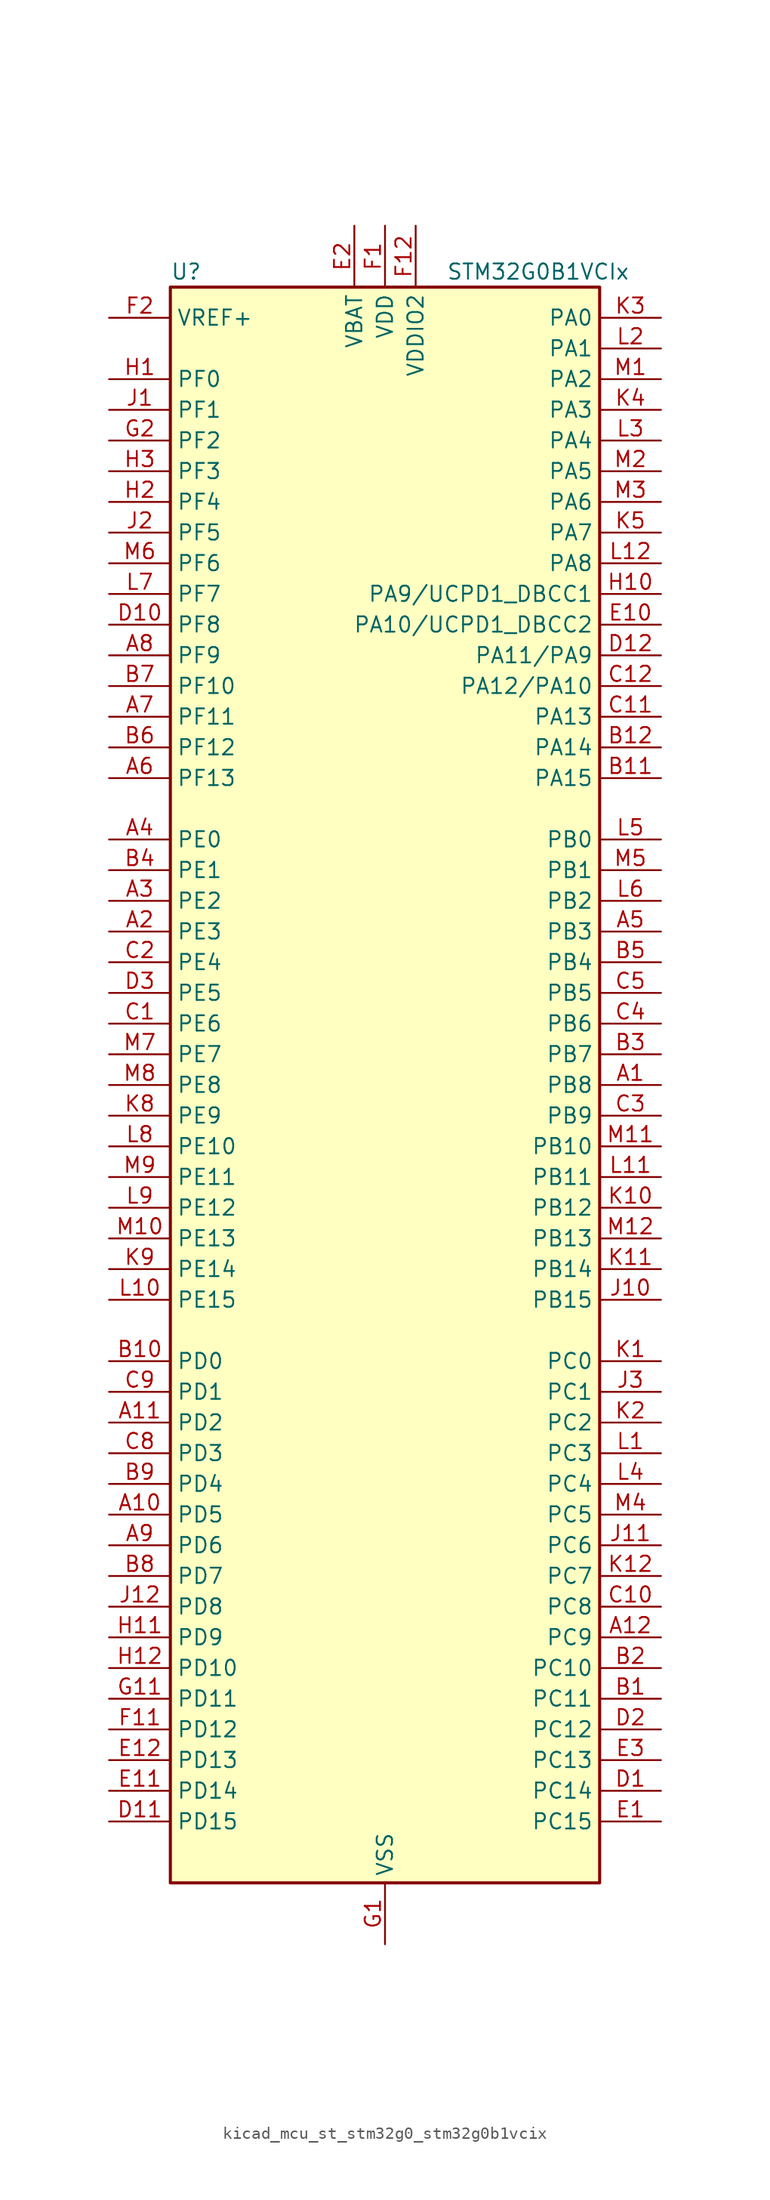
<source format=kicad_sym>
(kicad_symbol_lib
  (version 20220914)
  (generator kicad_symbol_editor)
  (symbol "kicad_mcu_st_stm32g0_stm32g0b1vcix"
    (property "Reference" "U"
      (at -17.78 67.31 0)
      (effects (font (size 1.27 1.27)) (justify left)))
    (property "Value" "STM32G0B1VCIx"
      (at 5.08 67.31 0)
      (effects (font (size 1.27 1.27)) (justify left)))
    (property "ki_locked" ""
      (at 0 0 0)
      (effects (font (size 1.27 1.27))))
    (symbol "kicad_mcu_st_stm32g0_stm32g0b1vcix_0_1"
      (rectangle (start -17.78 -66.04) (end 17.78 66.04) (stroke (width 0.254) (type default)) (fill (type background))))
    (symbol "kicad_mcu_st_stm32g0_stm32g0b1vcix_1_1"
      (pin bidirectional line (at 22.86 0 180) (length 5.08) (name "PB8" (effects (font (size 1.27 1.27)))) (number "A1" (effects (font (size 1.27 1.27)))) (alternate "CEC" bidirectional line) (alternate "FDCAN1_RX" bidirectional line) (alternate "I2C1_SCL" bidirectional line) (alternate "I2S2_CK" bidirectional line) (alternate "SPI2_SCK" bidirectional line) (alternate "TIM15_BK" bidirectional line) (alternate "TIM16_CH1" bidirectional line) (alternate "TIM4_CH3" bidirectional line) (alternate "USART3_TX" bidirectional line) (alternate "USART6_TX" bidirectional line))
      (pin bidirectional line (at -22.86 -35.56 0) (length 5.08) (name "PD5" (effects (font (size 1.27 1.27)))) (number "A10" (effects (font (size 1.27 1.27)))) (alternate "I2S1_MCK" bidirectional line) (alternate "SPI1_MISO" bidirectional line) (alternate "TIM1_BK" bidirectional line) (alternate "USART2_TX" bidirectional line) (alternate "USART5_CTS" bidirectional line) (alternate "USART5_NSS" bidirectional line))
      (pin bidirectional line (at -22.86 -27.94 0) (length 5.08) (name "PD2" (effects (font (size 1.27 1.27)))) (number "A11" (effects (font (size 1.27 1.27)))) (alternate "TIM1_CH1N" bidirectional line) (alternate "TIM3_ETR" bidirectional line) (alternate "UCPD2_CC2" bidirectional line) (alternate "USART3_CK" bidirectional line) (alternate "USART3_DE" bidirectional line) (alternate "USART3_RTS" bidirectional line) (alternate "USART5_RX" bidirectional line))
      (pin bidirectional line (at 22.86 -45.72 180) (length 5.08) (name "PC9" (effects (font (size 1.27 1.27)))) (number "A12" (effects (font (size 1.27 1.27)))) (alternate "DAC1_EXTI9" bidirectional line) (alternate "I2S_CKIN" bidirectional line) (alternate "LPUART2_DE" bidirectional line) (alternate "LPUART2_RTS" bidirectional line) (alternate "TIM1_CH2" bidirectional line) (alternate "TIM3_CH4" bidirectional line) (alternate "USB_NOE" bidirectional line))
      (pin bidirectional line (at -22.86 12.7 0) (length 5.08) (name "PE3" (effects (font (size 1.27 1.27)))) (number "A2" (effects (font (size 1.27 1.27)))) (alternate "TIM3_CH1" bidirectional line))
      (pin bidirectional line (at -22.86 15.24 0) (length 5.08) (name "PE2" (effects (font (size 1.27 1.27)))) (number "A3" (effects (font (size 1.27 1.27)))) (alternate "TIM3_ETR" bidirectional line))
      (pin bidirectional line (at -22.86 20.32 0) (length 5.08) (name "PE0" (effects (font (size 1.27 1.27)))) (number "A4" (effects (font (size 1.27 1.27)))) (alternate "TIM16_CH1" bidirectional line) (alternate "TIM4_ETR" bidirectional line))
      (pin bidirectional line (at 22.86 12.7 180) (length 5.08) (name "PB3" (effects (font (size 1.27 1.27)))) (number "A5" (effects (font (size 1.27 1.27)))) (alternate "COMP2_INM" bidirectional line) (alternate "I2C2_SCL" bidirectional line) (alternate "I2C3_SCL" bidirectional line) (alternate "I2S1_CK" bidirectional line) (alternate "SPI1_SCK" bidirectional line) (alternate "SPI3_SCK" bidirectional line) (alternate "TIM1_CH2" bidirectional line) (alternate "TIM2_CH2" bidirectional line) (alternate "USART1_CK" bidirectional line) (alternate "USART1_DE" bidirectional line) (alternate "USART1_RTS" bidirectional line) (alternate "USART5_TX" bidirectional line))
      (pin bidirectional line (at -22.86 25.4 0) (length 5.08) (name "PF13" (effects (font (size 1.27 1.27)))) (number "A6" (effects (font (size 1.27 1.27)))) (alternate "TIM15_CH2" bidirectional line))
      (pin bidirectional line (at -22.86 30.48 0) (length 5.08) (name "PF11" (effects (font (size 1.27 1.27)))) (number "A7" (effects (font (size 1.27 1.27)))) (alternate "ADC1_EXTI11" bidirectional line) (alternate "USART6_CK" bidirectional line) (alternate "USART6_DE" bidirectional line) (alternate "USART6_RTS" bidirectional line))
      (pin bidirectional line (at -22.86 35.56 0) (length 5.08) (name "PF9" (effects (font (size 1.27 1.27)))) (number "A8" (effects (font (size 1.27 1.27)))) (alternate "DAC1_EXTI9" bidirectional line) (alternate "USART6_TX" bidirectional line))
      (pin bidirectional line (at -22.86 -38.1 0) (length 5.08) (name "PD6" (effects (font (size 1.27 1.27)))) (number "A9" (effects (font (size 1.27 1.27)))) (alternate "I2S1_SD" bidirectional line) (alternate "LPTIM2_OUT" bidirectional line) (alternate "SPI1_MOSI" bidirectional line) (alternate "USART2_RX" bidirectional line))
      (pin bidirectional line (at 22.86 -50.8 180) (length 5.08) (name "PC11" (effects (font (size 1.27 1.27)))) (number "B1" (effects (font (size 1.27 1.27)))) (alternate "ADC1_EXTI11" bidirectional line) (alternate "SPI3_MISO" bidirectional line) (alternate "TIM1_CH4" bidirectional line) (alternate "USART3_RX" bidirectional line) (alternate "USART4_RX" bidirectional line))
      (pin bidirectional line (at -22.86 -22.86 0) (length 5.08) (name "PD0" (effects (font (size 1.27 1.27)))) (number "B10" (effects (font (size 1.27 1.27)))) (alternate "FDCAN1_RX" bidirectional line) (alternate "I2S2_WS" bidirectional line) (alternate "SPI2_NSS" bidirectional line) (alternate "TIM16_CH1" bidirectional line) (alternate "UCPD2_CC1" bidirectional line))
      (pin bidirectional line (at 22.86 25.4 180) (length 5.08) (name "PA15" (effects (font (size 1.27 1.27)))) (number "B11" (effects (font (size 1.27 1.27)))) (alternate "I2C2_SMBA" bidirectional line) (alternate "I2S1_WS" bidirectional line) (alternate "RCC_MCO_2" bidirectional line) (alternate "SPI1_NSS" bidirectional line) (alternate "SPI3_NSS" bidirectional line) (alternate "TIM2_CH1" bidirectional line) (alternate "TIM2_ETR" bidirectional line) (alternate "USART2_RX" bidirectional line) (alternate "USART3_CK" bidirectional line) (alternate "USART3_DE" bidirectional line) (alternate "USART3_RTS" bidirectional line) (alternate "USART4_CK" bidirectional line) (alternate "USART4_DE" bidirectional line) (alternate "USART4_RTS" bidirectional line) (alternate "USB_NOE" bidirectional line))
      (pin bidirectional line (at 22.86 27.94 180) (length 5.08) (name "PA14" (effects (font (size 1.27 1.27)))) (number "B12" (effects (font (size 1.27 1.27)))) (alternate "LPUART2_TX" bidirectional line) (alternate "SYS_SWCLK" bidirectional line) (alternate "USART2_TX" bidirectional line))
      (pin bidirectional line (at 22.86 -48.26 180) (length 5.08) (name "PC10" (effects (font (size 1.27 1.27)))) (number "B2" (effects (font (size 1.27 1.27)))) (alternate "SPI3_SCK" bidirectional line) (alternate "TIM1_CH3" bidirectional line) (alternate "USART3_TX" bidirectional line) (alternate "USART4_TX" bidirectional line))
      (pin bidirectional line (at 22.86 2.54 180) (length 5.08) (name "PB7" (effects (font (size 1.27 1.27)))) (number "B3" (effects (font (size 1.27 1.27)))) (alternate "COMP2_INM" bidirectional line) (alternate "I2C1_SDA" bidirectional line) (alternate "I2S2_SD" bidirectional line) (alternate "LPTIM1_IN2" bidirectional line) (alternate "LPUART2_RX" bidirectional line) (alternate "SPI2_MOSI" bidirectional line) (alternate "SYS_PVD_IN" bidirectional line) (alternate "TIM17_CH1N" bidirectional line) (alternate "TIM4_CH2" bidirectional line) (alternate "USART1_RX" bidirectional line) (alternate "USART4_CTS" bidirectional line) (alternate "USART4_NSS" bidirectional line))
      (pin bidirectional line (at -22.86 17.78 0) (length 5.08) (name "PE1" (effects (font (size 1.27 1.27)))) (number "B4" (effects (font (size 1.27 1.27)))) (alternate "TIM17_CH1" bidirectional line))
      (pin bidirectional line (at 22.86 10.16 180) (length 5.08) (name "PB4" (effects (font (size 1.27 1.27)))) (number "B5" (effects (font (size 1.27 1.27)))) (alternate "COMP2_INP" bidirectional line) (alternate "I2C2_SDA" bidirectional line) (alternate "I2C3_SDA" bidirectional line) (alternate "I2S1_MCK" bidirectional line) (alternate "SPI1_MISO" bidirectional line) (alternate "SPI3_MISO" bidirectional line) (alternate "TIM17_BK" bidirectional line) (alternate "TIM3_CH1" bidirectional line) (alternate "USART1_CTS" bidirectional line) (alternate "USART1_NSS" bidirectional line) (alternate "USART5_RX" bidirectional line))
      (pin bidirectional line (at -22.86 27.94 0) (length 5.08) (name "PF12" (effects (font (size 1.27 1.27)))) (number "B6" (effects (font (size 1.27 1.27)))) (alternate "TIM15_CH1" bidirectional line) (alternate "USART6_CTS" bidirectional line) (alternate "USART6_NSS" bidirectional line))
      (pin bidirectional line (at -22.86 33.02 0) (length 5.08) (name "PF10" (effects (font (size 1.27 1.27)))) (number "B7" (effects (font (size 1.27 1.27)))) (alternate "USART6_RX" bidirectional line))
      (pin bidirectional line (at -22.86 -40.64 0) (length 5.08) (name "PD7" (effects (font (size 1.27 1.27)))) (number "B8" (effects (font (size 1.27 1.27)))) (alternate "RCC_MCO_2" bidirectional line))
      (pin bidirectional line (at -22.86 -33.02 0) (length 5.08) (name "PD4" (effects (font (size 1.27 1.27)))) (number "B9" (effects (font (size 1.27 1.27)))) (alternate "I2S2_SD" bidirectional line) (alternate "SPI2_MOSI" bidirectional line) (alternate "TIM1_CH3N" bidirectional line) (alternate "USART2_CK" bidirectional line) (alternate "USART2_DE" bidirectional line) (alternate "USART2_RTS" bidirectional line) (alternate "USART5_CK" bidirectional line) (alternate "USART5_DE" bidirectional line) (alternate "USART5_RTS" bidirectional line))
      (pin bidirectional line (at -22.86 5.08 0) (length 5.08) (name "PE6" (effects (font (size 1.27 1.27)))) (number "C1" (effects (font (size 1.27 1.27)))) (alternate "RTC_TAMP_IN3" bidirectional line) (alternate "SYS_WKUP3" bidirectional line) (alternate "TIM3_CH4" bidirectional line))
      (pin bidirectional line (at 22.86 -43.18 180) (length 5.08) (name "PC8" (effects (font (size 1.27 1.27)))) (number "C10" (effects (font (size 1.27 1.27)))) (alternate "LPUART2_CTS" bidirectional line) (alternate "TIM1_CH1" bidirectional line) (alternate "TIM3_CH3" bidirectional line) (alternate "UCPD2_FRSTX1" bidirectional line) (alternate "UCPD2_FRSTX2" bidirectional line))
      (pin bidirectional line (at 22.86 30.48 180) (length 5.08) (name "PA13" (effects (font (size 1.27 1.27)))) (number "C11" (effects (font (size 1.27 1.27)))) (alternate "IR_OUT" bidirectional line) (alternate "LPUART2_RX" bidirectional line) (alternate "SYS_SWDIO" bidirectional line) (alternate "USB_NOE" bidirectional line))
      (pin bidirectional line (at 22.86 33.02 180) (length 5.08) (name "PA12/PA10" (effects (font (size 1.27 1.27)))) (number "C12" (effects (font (size 1.27 1.27)))) (alternate "COMP2_OUT" bidirectional line) (alternate "FDCAN1_TX" bidirectional line) (alternate "I2C2_SDA" bidirectional line) (alternate "I2S1_SD" bidirectional line) (alternate "I2S_CKIN" bidirectional line) (alternate "SPI1_MOSI" bidirectional line) (alternate "TIM1_ETR" bidirectional line) (alternate "USART1_CK" bidirectional line) (alternate "USART1_DE" bidirectional line) (alternate "USART1_RTS" bidirectional line) (alternate "USB_DP" bidirectional line))
      (pin bidirectional line (at -22.86 10.16 0) (length 5.08) (name "PE4" (effects (font (size 1.27 1.27)))) (number "C2" (effects (font (size 1.27 1.27)))) (alternate "TIM3_CH2" bidirectional line))
      (pin bidirectional line (at 22.86 -2.54 180) (length 5.08) (name "PB9" (effects (font (size 1.27 1.27)))) (number "C3" (effects (font (size 1.27 1.27)))) (alternate "DAC1_EXTI9" bidirectional line) (alternate "FDCAN1_TX" bidirectional line) (alternate "I2C1_SDA" bidirectional line) (alternate "I2S2_WS" bidirectional line) (alternate "IR_OUT" bidirectional line) (alternate "SPI2_NSS" bidirectional line) (alternate "TIM17_CH1" bidirectional line) (alternate "TIM4_CH4" bidirectional line) (alternate "UCPD2_FRSTX1" bidirectional line) (alternate "UCPD2_FRSTX2" bidirectional line) (alternate "USART3_RX" bidirectional line) (alternate "USART6_RX" bidirectional line))
      (pin bidirectional line (at 22.86 5.08 180) (length 5.08) (name "PB6" (effects (font (size 1.27 1.27)))) (number "C4" (effects (font (size 1.27 1.27)))) (alternate "COMP2_INP" bidirectional line) (alternate "FDCAN2_TX" bidirectional line) (alternate "I2C1_SCL" bidirectional line) (alternate "I2S2_MCK" bidirectional line) (alternate "LPTIM1_ETR" bidirectional line) (alternate "LPUART2_TX" bidirectional line) (alternate "SPI2_MISO" bidirectional line) (alternate "TIM16_CH1N" bidirectional line) (alternate "TIM1_CH3" bidirectional line) (alternate "TIM4_CH1" bidirectional line) (alternate "USART1_TX" bidirectional line) (alternate "USART5_CTS" bidirectional line) (alternate "USART5_NSS" bidirectional line))
      (pin bidirectional line (at 22.86 7.62 180) (length 5.08) (name "PB5" (effects (font (size 1.27 1.27)))) (number "C5" (effects (font (size 1.27 1.27)))) (alternate "COMP2_OUT" bidirectional line) (alternate "FDCAN2_RX" bidirectional line) (alternate "I2C1_SMBA" bidirectional line) (alternate "I2S1_SD" bidirectional line) (alternate "LPTIM1_IN1" bidirectional line) (alternate "SPI1_MOSI" bidirectional line) (alternate "SPI3_MOSI" bidirectional line) (alternate "SYS_WKUP6" bidirectional line) (alternate "TIM16_BK" bidirectional line) (alternate "TIM3_CH2" bidirectional line) (alternate "USART5_CK" bidirectional line) (alternate "USART5_DE" bidirectional line) (alternate "USART5_RTS" bidirectional line))
      (pin bidirectional line (at -22.86 -30.48 0) (length 5.08) (name "PD3" (effects (font (size 1.27 1.27)))) (number "C8" (effects (font (size 1.27 1.27)))) (alternate "I2S2_MCK" bidirectional line) (alternate "SPI2_MISO" bidirectional line) (alternate "TIM1_CH2N" bidirectional line) (alternate "UCPD2_DBCC2" bidirectional line) (alternate "USART2_CTS" bidirectional line) (alternate "USART2_NSS" bidirectional line) (alternate "USART5_TX" bidirectional line))
      (pin bidirectional line (at -22.86 -25.4 0) (length 5.08) (name "PD1" (effects (font (size 1.27 1.27)))) (number "C9" (effects (font (size 1.27 1.27)))) (alternate "FDCAN1_TX" bidirectional line) (alternate "I2S2_CK" bidirectional line) (alternate "SPI2_SCK" bidirectional line) (alternate "TIM17_CH1" bidirectional line) (alternate "UCPD2_DBCC1" bidirectional line))
      (pin bidirectional line (at 22.86 -58.42 180) (length 5.08) (name "PC14" (effects (font (size 1.27 1.27)))) (number "D1" (effects (font (size 1.27 1.27)))) (alternate "RCC_OSC32_IN" bidirectional line) (alternate "TIM1_BK2" bidirectional line))
      (pin bidirectional line (at -22.86 38.1 0) (length 5.08) (name "PF8" (effects (font (size 1.27 1.27)))) (number "D10" (effects (font (size 1.27 1.27)))))
      (pin bidirectional line (at -22.86 -60.96 0) (length 5.08) (name "PD15" (effects (font (size 1.27 1.27)))) (number "D11" (effects (font (size 1.27 1.27)))) (alternate "CRS1_SYNC" bidirectional line) (alternate "FDCAN2_TX" bidirectional line) (alternate "LPUART2_DE" bidirectional line) (alternate "LPUART2_RTS" bidirectional line) (alternate "TIM4_CH4" bidirectional line))
      (pin bidirectional line (at 22.86 35.56 180) (length 5.08) (name "PA11/PA9" (effects (font (size 1.27 1.27)))) (number "D12" (effects (font (size 1.27 1.27)))) (alternate "ADC1_EXTI11" bidirectional line) (alternate "COMP1_OUT" bidirectional line) (alternate "FDCAN1_RX" bidirectional line) (alternate "I2C2_SCL" bidirectional line) (alternate "I2S1_MCK" bidirectional line) (alternate "SPI1_MISO" bidirectional line) (alternate "TIM1_BK2" bidirectional line) (alternate "TIM1_CH4" bidirectional line) (alternate "USART1_CTS" bidirectional line) (alternate "USART1_NSS" bidirectional line) (alternate "USB_DM" bidirectional line))
      (pin bidirectional line (at 22.86 -53.34 180) (length 5.08) (name "PC12" (effects (font (size 1.27 1.27)))) (number "D2" (effects (font (size 1.27 1.27)))) (alternate "LPTIM1_IN1" bidirectional line) (alternate "SPI3_MOSI" bidirectional line) (alternate "TIM14_CH1" bidirectional line) (alternate "UCPD1_FRSTX1" bidirectional line) (alternate "UCPD1_FRSTX2" bidirectional line) (alternate "USART5_TX" bidirectional line))
      (pin bidirectional line (at -22.86 7.62 0) (length 5.08) (name "PE5" (effects (font (size 1.27 1.27)))) (number "D3" (effects (font (size 1.27 1.27)))) (alternate "TIM3_CH3" bidirectional line))
      (pin bidirectional line (at 22.86 -60.96 180) (length 5.08) (name "PC15" (effects (font (size 1.27 1.27)))) (number "E1" (effects (font (size 1.27 1.27)))) (alternate "RCC_OSC32_EN" bidirectional line) (alternate "RCC_OSC32_OUT" bidirectional line) (alternate "RCC_OSC_EN" bidirectional line) (alternate "TIM15_BK" bidirectional line))
      (pin bidirectional line (at 22.86 38.1 180) (length 5.08) (name "PA10/UCPD1_DBCC2" (effects (font (size 1.27 1.27)))) (number "E10" (effects (font (size 1.27 1.27)))) (alternate "I2C1_SDA" bidirectional line) (alternate "I2C2_SDA" bidirectional line) (alternate "I2S2_SD" bidirectional line) (alternate "RCC_MCO_2" bidirectional line) (alternate "SPI2_MOSI" bidirectional line) (alternate "TIM17_BK" bidirectional line) (alternate "TIM1_CH3" bidirectional line) (alternate "UCPD1_DBCC2" bidirectional line) (alternate "USART1_RX" bidirectional line))
      (pin bidirectional line (at -22.86 -58.42 0) (length 5.08) (name "PD14" (effects (font (size 1.27 1.27)))) (number "E11" (effects (font (size 1.27 1.27)))) (alternate "FDCAN2_RX" bidirectional line) (alternate "LPUART2_CTS" bidirectional line) (alternate "TIM4_CH3" bidirectional line))
      (pin bidirectional line (at -22.86 -55.88 0) (length 5.08) (name "PD13" (effects (font (size 1.27 1.27)))) (number "E12" (effects (font (size 1.27 1.27)))) (alternate "FDCAN1_TX" bidirectional line) (alternate "LPTIM2_OUT" bidirectional line) (alternate "TIM4_CH2" bidirectional line))
      (pin power_in line (at -2.54 71.12 270) (length 5.08) (name "VBAT" (effects (font (size 1.27 1.27)))) (number "E2" (effects (font (size 1.27 1.27)))))
      (pin bidirectional line (at 22.86 -55.88 180) (length 5.08) (name "PC13" (effects (font (size 1.27 1.27)))) (number "E3" (effects (font (size 1.27 1.27)))) (alternate "RTC_OUT1" bidirectional line) (alternate "RTC_TAMP_IN1" bidirectional line) (alternate "RTC_TS" bidirectional line) (alternate "SYS_WKUP2" bidirectional line) (alternate "TIM1_BK" bidirectional line))
      (pin power_in line (at 0 71.12 270) (length 5.08) (name "VDD" (effects (font (size 1.27 1.27)))) (number "F1" (effects (font (size 1.27 1.27)))))
      (pin bidirectional line (at -22.86 -53.34 0) (length 5.08) (name "PD12" (effects (font (size 1.27 1.27)))) (number "F11" (effects (font (size 1.27 1.27)))) (alternate "FDCAN1_RX" bidirectional line) (alternate "LPTIM2_IN1" bidirectional line) (alternate "TIM4_CH1" bidirectional line) (alternate "USART3_CK" bidirectional line) (alternate "USART3_DE" bidirectional line) (alternate "USART3_RTS" bidirectional line))
      (pin power_in line (at 2.54 71.12 270) (length 5.08) (name "VDDIO2" (effects (font (size 1.27 1.27)))) (number "F12" (effects (font (size 1.27 1.27)))))
      (pin input line (at -22.86 63.5 0) (length 5.08) (name "VREF+" (effects (font (size 1.27 1.27)))) (number "F2" (effects (font (size 1.27 1.27)))) (alternate "VREFBUF_OUT" bidirectional line))
      (pin power_in line (at 0 -71.12 90) (length 5.08) (name "VSS" (effects (font (size 1.27 1.27)))) (number "G1" (effects (font (size 1.27 1.27)))))
      (pin bidirectional line (at -22.86 -50.8 0) (length 5.08) (name "PD11" (effects (font (size 1.27 1.27)))) (number "G11" (effects (font (size 1.27 1.27)))) (alternate "ADC1_EXTI11" bidirectional line) (alternate "LPTIM2_ETR" bidirectional line) (alternate "USART3_CTS" bidirectional line) (alternate "USART3_NSS" bidirectional line))
      (pin passive line (at 0 -71.12 90) (length 5.08) hide (name "VSS" (effects (font (size 1.27 1.27)))) (number "G12" (effects (font (size 1.27 1.27)))))
      (pin bidirectional line (at -22.86 53.34 0) (length 5.08) (name "PF2" (effects (font (size 1.27 1.27)))) (number "G2" (effects (font (size 1.27 1.27)))) (alternate "LPUART2_DE" bidirectional line) (alternate "LPUART2_RTS" bidirectional line) (alternate "LPUART2_TX" bidirectional line) (alternate "RCC_MCO" bidirectional line))
      (pin bidirectional line (at -22.86 58.42 0) (length 5.08) (name "PF0" (effects (font (size 1.27 1.27)))) (number "H1" (effects (font (size 1.27 1.27)))) (alternate "CRS1_SYNC" bidirectional line) (alternate "RCC_OSC_IN" bidirectional line) (alternate "TIM14_CH1" bidirectional line))
      (pin bidirectional line (at 22.86 40.64 180) (length 5.08) (name "PA9/UCPD1_DBCC1" (effects (font (size 1.27 1.27)))) (number "H10" (effects (font (size 1.27 1.27)))) (alternate "DAC1_EXTI9" bidirectional line) (alternate "I2C1_SCL" bidirectional line) (alternate "I2C2_SCL" bidirectional line) (alternate "I2S2_MCK" bidirectional line) (alternate "RCC_MCO" bidirectional line) (alternate "SPI2_MISO" bidirectional line) (alternate "TIM15_BK" bidirectional line) (alternate "TIM1_CH2" bidirectional line) (alternate "UCPD1_DBCC1" bidirectional line) (alternate "USART1_TX" bidirectional line))
      (pin bidirectional line (at -22.86 -45.72 0) (length 5.08) (name "PD9" (effects (font (size 1.27 1.27)))) (number "H11" (effects (font (size 1.27 1.27)))) (alternate "DAC1_EXTI9" bidirectional line) (alternate "I2S1_WS" bidirectional line) (alternate "SPI1_NSS" bidirectional line) (alternate "TIM1_BK2" bidirectional line) (alternate "USART3_RX" bidirectional line))
      (pin bidirectional line (at -22.86 -48.26 0) (length 5.08) (name "PD10" (effects (font (size 1.27 1.27)))) (number "H12" (effects (font (size 1.27 1.27)))) (alternate "RCC_MCO" bidirectional line))
      (pin bidirectional line (at -22.86 48.26 0) (length 5.08) (name "PF4" (effects (font (size 1.27 1.27)))) (number "H2" (effects (font (size 1.27 1.27)))) (alternate "LPUART1_TX" bidirectional line))
      (pin bidirectional line (at -22.86 50.8 0) (length 5.08) (name "PF3" (effects (font (size 1.27 1.27)))) (number "H3" (effects (font (size 1.27 1.27)))) (alternate "LPUART2_RX" bidirectional line) (alternate "USART6_CK" bidirectional line) (alternate "USART6_DE" bidirectional line) (alternate "USART6_RTS" bidirectional line))
      (pin bidirectional line (at -22.86 55.88 0) (length 5.08) (name "PF1" (effects (font (size 1.27 1.27)))) (number "J1" (effects (font (size 1.27 1.27)))) (alternate "RCC_OSC_EN" bidirectional line) (alternate "RCC_OSC_OUT" bidirectional line) (alternate "TIM15_CH1N" bidirectional line))
      (pin bidirectional line (at 22.86 -17.78 180) (length 5.08) (name "PB15" (effects (font (size 1.27 1.27)))) (number "J10" (effects (font (size 1.27 1.27)))) (alternate "I2S2_SD" bidirectional line) (alternate "RTC_REFIN" bidirectional line) (alternate "SPI2_MOSI" bidirectional line) (alternate "TIM15_CH1N" bidirectional line) (alternate "TIM15_CH2" bidirectional line) (alternate "TIM1_CH3N" bidirectional line) (alternate "UCPD1_CC2" bidirectional line) (alternate "USART6_CTS" bidirectional line) (alternate "USART6_NSS" bidirectional line))
      (pin bidirectional line (at 22.86 -38.1 180) (length 5.08) (name "PC6" (effects (font (size 1.27 1.27)))) (number "J11" (effects (font (size 1.27 1.27)))) (alternate "LPUART2_TX" bidirectional line) (alternate "TIM2_CH3" bidirectional line) (alternate "TIM3_CH1" bidirectional line) (alternate "UCPD1_FRSTX1" bidirectional line) (alternate "UCPD1_FRSTX2" bidirectional line))
      (pin bidirectional line (at -22.86 -43.18 0) (length 5.08) (name "PD8" (effects (font (size 1.27 1.27)))) (number "J12" (effects (font (size 1.27 1.27)))) (alternate "I2S1_CK" bidirectional line) (alternate "LPTIM1_OUT" bidirectional line) (alternate "SPI1_SCK" bidirectional line) (alternate "USART3_TX" bidirectional line))
      (pin bidirectional line (at -22.86 45.72 0) (length 5.08) (name "PF5" (effects (font (size 1.27 1.27)))) (number "J2" (effects (font (size 1.27 1.27)))) (alternate "LPUART1_RX" bidirectional line))
      (pin bidirectional line (at 22.86 -25.4 180) (length 5.08) (name "PC1" (effects (font (size 1.27 1.27)))) (number "J3" (effects (font (size 1.27 1.27)))) (alternate "COMP3_INP" bidirectional line) (alternate "I2C3_SDA" bidirectional line) (alternate "LPTIM1_OUT" bidirectional line) (alternate "LPUART1_TX" bidirectional line) (alternate "LPUART2_RX" bidirectional line) (alternate "TIM15_CH1" bidirectional line) (alternate "USART6_RX" bidirectional line))
      (pin bidirectional line (at 22.86 -22.86 180) (length 5.08) (name "PC0" (effects (font (size 1.27 1.27)))) (number "K1" (effects (font (size 1.27 1.27)))) (alternate "COMP3_INM" bidirectional line) (alternate "COMP3_OUT" bidirectional line) (alternate "I2C3_SCL" bidirectional line) (alternate "LPTIM1_IN1" bidirectional line) (alternate "LPTIM2_IN1" bidirectional line) (alternate "LPUART1_RX" bidirectional line) (alternate "LPUART2_TX" bidirectional line) (alternate "USART6_TX" bidirectional line))
      (pin bidirectional line (at 22.86 -10.16 180) (length 5.08) (name "PB12" (effects (font (size 1.27 1.27)))) (number "K10" (effects (font (size 1.27 1.27)))) (alternate "ADC1_IN16" bidirectional line) (alternate "FDCAN2_RX" bidirectional line) (alternate "I2C2_SMBA" bidirectional line) (alternate "I2S2_WS" bidirectional line) (alternate "LPUART1_DE" bidirectional line) (alternate "LPUART1_RTS" bidirectional line) (alternate "SPI2_NSS" bidirectional line) (alternate "TIM15_BK" bidirectional line) (alternate "TIM1_BK" bidirectional line) (alternate "UCPD2_FRSTX1" bidirectional line) (alternate "UCPD2_FRSTX2" bidirectional line))
      (pin bidirectional line (at 22.86 -15.24 180) (length 5.08) (name "PB14" (effects (font (size 1.27 1.27)))) (number "K11" (effects (font (size 1.27 1.27)))) (alternate "I2C2_SDA" bidirectional line) (alternate "I2S2_MCK" bidirectional line) (alternate "SPI2_MISO" bidirectional line) (alternate "TIM15_CH1" bidirectional line) (alternate "TIM1_CH2N" bidirectional line) (alternate "UCPD1_FRSTX1" bidirectional line) (alternate "UCPD1_FRSTX2" bidirectional line) (alternate "USART3_CK" bidirectional line) (alternate "USART3_DE" bidirectional line) (alternate "USART3_RTS" bidirectional line) (alternate "USART6_CK" bidirectional line) (alternate "USART6_DE" bidirectional line) (alternate "USART6_RTS" bidirectional line))
      (pin bidirectional line (at 22.86 -40.64 180) (length 5.08) (name "PC7" (effects (font (size 1.27 1.27)))) (number "K12" (effects (font (size 1.27 1.27)))) (alternate "LPUART2_RX" bidirectional line) (alternate "TIM2_CH4" bidirectional line) (alternate "TIM3_CH2" bidirectional line) (alternate "UCPD2_FRSTX1" bidirectional line) (alternate "UCPD2_FRSTX2" bidirectional line))
      (pin bidirectional line (at 22.86 -27.94 180) (length 5.08) (name "PC2" (effects (font (size 1.27 1.27)))) (number "K2" (effects (font (size 1.27 1.27)))) (alternate "COMP3_OUT" bidirectional line) (alternate "FDCAN2_RX" bidirectional line) (alternate "I2S2_MCK" bidirectional line) (alternate "LPTIM1_IN2" bidirectional line) (alternate "SPI2_MISO" bidirectional line) (alternate "TIM15_CH2" bidirectional line))
      (pin bidirectional line (at 22.86 63.5 180) (length 5.08) (name "PA0" (effects (font (size 1.27 1.27)))) (number "K3" (effects (font (size 1.27 1.27)))) (alternate "ADC1_IN0" bidirectional line) (alternate "COMP1_INM" bidirectional line) (alternate "COMP1_OUT" bidirectional line) (alternate "I2S2_CK" bidirectional line) (alternate "LPTIM1_OUT" bidirectional line) (alternate "RTC_TAMP_IN2" bidirectional line) (alternate "SPI2_SCK" bidirectional line) (alternate "SYS_WKUP1" bidirectional line) (alternate "TIM2_CH1" bidirectional line) (alternate "TIM2_ETR" bidirectional line) (alternate "UCPD2_FRSTX1" bidirectional line) (alternate "UCPD2_FRSTX2" bidirectional line) (alternate "USART2_CTS" bidirectional line) (alternate "USART2_NSS" bidirectional line) (alternate "USART4_TX" bidirectional line))
      (pin bidirectional line (at 22.86 55.88 180) (length 5.08) (name "PA3" (effects (font (size 1.27 1.27)))) (number "K4" (effects (font (size 1.27 1.27)))) (alternate "ADC1_IN3" bidirectional line) (alternate "COMP2_INP" bidirectional line) (alternate "I2S2_MCK" bidirectional line) (alternate "LPUART1_RX" bidirectional line) (alternate "SPI2_MISO" bidirectional line) (alternate "TIM15_CH2" bidirectional line) (alternate "TIM2_CH4" bidirectional line) (alternate "UCPD2_FRSTX1" bidirectional line) (alternate "UCPD2_FRSTX2" bidirectional line) (alternate "USART2_RX" bidirectional line))
      (pin bidirectional line (at 22.86 45.72 180) (length 5.08) (name "PA7" (effects (font (size 1.27 1.27)))) (number "K5" (effects (font (size 1.27 1.27)))) (alternate "ADC1_IN7" bidirectional line) (alternate "COMP2_OUT" bidirectional line) (alternate "I2C2_SCL" bidirectional line) (alternate "I2C3_SCL" bidirectional line) (alternate "I2S1_SD" bidirectional line) (alternate "SPI1_MOSI" bidirectional line) (alternate "TIM14_CH1" bidirectional line) (alternate "TIM17_CH1" bidirectional line) (alternate "TIM1_CH1N" bidirectional line) (alternate "TIM3_CH2" bidirectional line) (alternate "UCPD1_FRSTX1" bidirectional line) (alternate "UCPD1_FRSTX2" bidirectional line) (alternate "USART6_CK" bidirectional line) (alternate "USART6_DE" bidirectional line) (alternate "USART6_RTS" bidirectional line))
      (pin bidirectional line (at -22.86 -2.54 0) (length 5.08) (name "PE9" (effects (font (size 1.27 1.27)))) (number "K8" (effects (font (size 1.27 1.27)))) (alternate "DAC1_EXTI9" bidirectional line) (alternate "TIM1_CH1" bidirectional line) (alternate "USART4_RX" bidirectional line))
      (pin bidirectional line (at -22.86 -15.24 0) (length 5.08) (name "PE14" (effects (font (size 1.27 1.27)))) (number "K9" (effects (font (size 1.27 1.27)))) (alternate "I2S1_MCK" bidirectional line) (alternate "SPI1_MISO" bidirectional line) (alternate "TIM1_BK2" bidirectional line) (alternate "TIM1_CH4" bidirectional line))
      (pin bidirectional line (at 22.86 -30.48 180) (length 5.08) (name "PC3" (effects (font (size 1.27 1.27)))) (number "L1" (effects (font (size 1.27 1.27)))) (alternate "FDCAN2_TX" bidirectional line) (alternate "I2S2_SD" bidirectional line) (alternate "LPTIM1_ETR" bidirectional line) (alternate "LPTIM2_ETR" bidirectional line) (alternate "SPI2_MOSI" bidirectional line))
      (pin bidirectional line (at -22.86 -17.78 0) (length 5.08) (name "PE15" (effects (font (size 1.27 1.27)))) (number "L10" (effects (font (size 1.27 1.27)))) (alternate "I2S1_SD" bidirectional line) (alternate "SPI1_MOSI" bidirectional line) (alternate "TIM1_BK" bidirectional line))
      (pin bidirectional line (at 22.86 -7.62 180) (length 5.08) (name "PB11" (effects (font (size 1.27 1.27)))) (number "L11" (effects (font (size 1.27 1.27)))) (alternate "ADC1_EXTI11" bidirectional line) (alternate "ADC1_IN15" bidirectional line) (alternate "COMP2_OUT" bidirectional line) (alternate "I2C2_SDA" bidirectional line) (alternate "I2S2_SD" bidirectional line) (alternate "LPUART1_TX" bidirectional line) (alternate "SPI2_MOSI" bidirectional line) (alternate "TIM2_CH4" bidirectional line) (alternate "USART3_RX" bidirectional line))
      (pin bidirectional line (at 22.86 43.18 180) (length 5.08) (name "PA8" (effects (font (size 1.27 1.27)))) (number "L12" (effects (font (size 1.27 1.27)))) (alternate "CRS1_SYNC" bidirectional line) (alternate "I2C2_SMBA" bidirectional line) (alternate "I2S2_WS" bidirectional line) (alternate "LPTIM2_OUT" bidirectional line) (alternate "RCC_MCO" bidirectional line) (alternate "SPI2_NSS" bidirectional line) (alternate "TIM1_CH1" bidirectional line) (alternate "UCPD1_CC1" bidirectional line))
      (pin bidirectional line (at 22.86 60.96 180) (length 5.08) (name "PA1" (effects (font (size 1.27 1.27)))) (number "L2" (effects (font (size 1.27 1.27)))) (alternate "ADC1_IN1" bidirectional line) (alternate "COMP1_INP" bidirectional line) (alternate "I2C1_SMBA" bidirectional line) (alternate "I2S1_CK" bidirectional line) (alternate "SPI1_SCK" bidirectional line) (alternate "TIM15_CH1N" bidirectional line) (alternate "TIM2_CH2" bidirectional line) (alternate "USART2_CK" bidirectional line) (alternate "USART2_DE" bidirectional line) (alternate "USART2_RTS" bidirectional line) (alternate "USART4_RX" bidirectional line))
      (pin bidirectional line (at 22.86 53.34 180) (length 5.08) (name "PA4" (effects (font (size 1.27 1.27)))) (number "L3" (effects (font (size 1.27 1.27)))) (alternate "ADC1_IN4" bidirectional line) (alternate "DAC1_OUT1" bidirectional line) (alternate "I2S1_WS" bidirectional line) (alternate "I2S2_SD" bidirectional line) (alternate "LPTIM2_OUT" bidirectional line) (alternate "RTC_OUT2" bidirectional line) (alternate "SPI1_NSS" bidirectional line) (alternate "SPI2_MOSI" bidirectional line) (alternate "SPI3_NSS" bidirectional line) (alternate "TIM14_CH1" bidirectional line) (alternate "UCPD2_FRSTX1" bidirectional line) (alternate "UCPD2_FRSTX2" bidirectional line) (alternate "USART6_TX" bidirectional line) (alternate "USB_NOE" bidirectional line))
      (pin bidirectional line (at 22.86 -33.02 180) (length 5.08) (name "PC4" (effects (font (size 1.27 1.27)))) (number "L4" (effects (font (size 1.27 1.27)))) (alternate "ADC1_IN17" bidirectional line) (alternate "COMP1_INM" bidirectional line) (alternate "FDCAN1_RX" bidirectional line) (alternate "TIM2_CH1" bidirectional line) (alternate "TIM2_ETR" bidirectional line) (alternate "USART1_TX" bidirectional line) (alternate "USART3_TX" bidirectional line))
      (pin bidirectional line (at 22.86 20.32 180) (length 5.08) (name "PB0" (effects (font (size 1.27 1.27)))) (number "L5" (effects (font (size 1.27 1.27)))) (alternate "ADC1_IN8" bidirectional line) (alternate "COMP1_OUT" bidirectional line) (alternate "COMP3_INP" bidirectional line) (alternate "FDCAN2_RX" bidirectional line) (alternate "I2S1_WS" bidirectional line) (alternate "LPTIM1_OUT" bidirectional line) (alternate "LPUART2_CTS" bidirectional line) (alternate "SPI1_NSS" bidirectional line) (alternate "TIM1_CH2N" bidirectional line) (alternate "TIM3_CH3" bidirectional line) (alternate "UCPD1_FRSTX1" bidirectional line) (alternate "UCPD1_FRSTX2" bidirectional line) (alternate "USART3_RX" bidirectional line) (alternate "USART5_TX" bidirectional line))
      (pin bidirectional line (at 22.86 15.24 180) (length 5.08) (name "PB2" (effects (font (size 1.27 1.27)))) (number "L6" (effects (font (size 1.27 1.27)))) (alternate "ADC1_IN10" bidirectional line) (alternate "COMP1_INP" bidirectional line) (alternate "COMP3_INM" bidirectional line) (alternate "I2S2_MCK" bidirectional line) (alternate "LPTIM1_OUT" bidirectional line) (alternate "RCC_MCO_2" bidirectional line) (alternate "SPI2_MISO" bidirectional line) (alternate "USART3_TX" bidirectional line))
      (pin bidirectional line (at -22.86 40.64 0) (length 5.08) (name "PF7" (effects (font (size 1.27 1.27)))) (number "L7" (effects (font (size 1.27 1.27)))) (alternate "LPUART1_CTS" bidirectional line) (alternate "USART5_CTS" bidirectional line) (alternate "USART5_NSS" bidirectional line))
      (pin bidirectional line (at -22.86 -5.08 0) (length 5.08) (name "PE10" (effects (font (size 1.27 1.27)))) (number "L8" (effects (font (size 1.27 1.27)))) (alternate "TIM1_CH2N" bidirectional line) (alternate "USART5_TX" bidirectional line))
      (pin bidirectional line (at -22.86 -10.16 0) (length 5.08) (name "PE12" (effects (font (size 1.27 1.27)))) (number "L9" (effects (font (size 1.27 1.27)))) (alternate "I2S1_WS" bidirectional line) (alternate "SPI1_NSS" bidirectional line) (alternate "TIM1_CH3N" bidirectional line))
      (pin bidirectional line (at 22.86 58.42 180) (length 5.08) (name "PA2" (effects (font (size 1.27 1.27)))) (number "M1" (effects (font (size 1.27 1.27)))) (alternate "ADC1_IN2" bidirectional line) (alternate "COMP2_INM" bidirectional line) (alternate "COMP2_OUT" bidirectional line) (alternate "I2S1_SD" bidirectional line) (alternate "LPUART1_TX" bidirectional line) (alternate "RCC_LSCO" bidirectional line) (alternate "SPI1_MOSI" bidirectional line) (alternate "SYS_WKUP4" bidirectional line) (alternate "TIM15_CH1" bidirectional line) (alternate "TIM2_CH3" bidirectional line) (alternate "UCPD1_FRSTX1" bidirectional line) (alternate "UCPD1_FRSTX2" bidirectional line) (alternate "USART2_TX" bidirectional line))
      (pin bidirectional line (at -22.86 -12.7 0) (length 5.08) (name "PE13" (effects (font (size 1.27 1.27)))) (number "M10" (effects (font (size 1.27 1.27)))) (alternate "I2S1_CK" bidirectional line) (alternate "SPI1_SCK" bidirectional line) (alternate "TIM1_CH3" bidirectional line))
      (pin bidirectional line (at 22.86 -5.08 180) (length 5.08) (name "PB10" (effects (font (size 1.27 1.27)))) (number "M11" (effects (font (size 1.27 1.27)))) (alternate "ADC1_IN11" bidirectional line) (alternate "CEC" bidirectional line) (alternate "COMP1_OUT" bidirectional line) (alternate "I2C2_SCL" bidirectional line) (alternate "I2S2_CK" bidirectional line) (alternate "LPUART1_RX" bidirectional line) (alternate "SPI2_SCK" bidirectional line) (alternate "TIM2_CH3" bidirectional line) (alternate "USART3_TX" bidirectional line))
      (pin bidirectional line (at 22.86 -12.7 180) (length 5.08) (name "PB13" (effects (font (size 1.27 1.27)))) (number "M12" (effects (font (size 1.27 1.27)))) (alternate "FDCAN2_TX" bidirectional line) (alternate "I2C2_SCL" bidirectional line) (alternate "I2S2_CK" bidirectional line) (alternate "LPUART1_CTS" bidirectional line) (alternate "SPI2_SCK" bidirectional line) (alternate "TIM15_CH1N" bidirectional line) (alternate "TIM1_CH1N" bidirectional line) (alternate "USART3_CTS" bidirectional line) (alternate "USART3_NSS" bidirectional line))
      (pin bidirectional line (at 22.86 50.8 180) (length 5.08) (name "PA5" (effects (font (size 1.27 1.27)))) (number "M2" (effects (font (size 1.27 1.27)))) (alternate "ADC1_IN5" bidirectional line) (alternate "CEC" bidirectional line) (alternate "DAC1_OUT2" bidirectional line) (alternate "I2S1_CK" bidirectional line) (alternate "LPTIM2_ETR" bidirectional line) (alternate "SPI1_SCK" bidirectional line) (alternate "TIM2_CH1" bidirectional line) (alternate "TIM2_ETR" bidirectional line) (alternate "UCPD1_FRSTX1" bidirectional line) (alternate "UCPD1_FRSTX2" bidirectional line) (alternate "USART3_TX" bidirectional line) (alternate "USART6_RX" bidirectional line))
      (pin bidirectional line (at 22.86 48.26 180) (length 5.08) (name "PA6" (effects (font (size 1.27 1.27)))) (number "M3" (effects (font (size 1.27 1.27)))) (alternate "ADC1_IN6" bidirectional line) (alternate "COMP1_OUT" bidirectional line) (alternate "I2C2_SDA" bidirectional line) (alternate "I2C3_SDA" bidirectional line) (alternate "I2S1_MCK" bidirectional line) (alternate "LPUART1_CTS" bidirectional line) (alternate "SPI1_MISO" bidirectional line) (alternate "TIM16_CH1" bidirectional line) (alternate "TIM1_BK" bidirectional line) (alternate "TIM3_CH1" bidirectional line) (alternate "USART3_CTS" bidirectional line) (alternate "USART3_NSS" bidirectional line) (alternate "USART6_CTS" bidirectional line) (alternate "USART6_NSS" bidirectional line))
      (pin bidirectional line (at 22.86 -35.56 180) (length 5.08) (name "PC5" (effects (font (size 1.27 1.27)))) (number "M4" (effects (font (size 1.27 1.27)))) (alternate "ADC1_IN18" bidirectional line) (alternate "COMP1_INP" bidirectional line) (alternate "FDCAN1_TX" bidirectional line) (alternate "SYS_WKUP5" bidirectional line) (alternate "TIM2_CH2" bidirectional line) (alternate "USART1_RX" bidirectional line) (alternate "USART3_RX" bidirectional line))
      (pin bidirectional line (at 22.86 17.78 180) (length 5.08) (name "PB1" (effects (font (size 1.27 1.27)))) (number "M5" (effects (font (size 1.27 1.27)))) (alternate "ADC1_IN9" bidirectional line) (alternate "COMP1_INM" bidirectional line) (alternate "COMP3_OUT" bidirectional line) (alternate "FDCAN2_TX" bidirectional line) (alternate "LPTIM2_IN1" bidirectional line) (alternate "LPUART1_DE" bidirectional line) (alternate "LPUART1_RTS" bidirectional line) (alternate "LPUART2_DE" bidirectional line) (alternate "LPUART2_RTS" bidirectional line) (alternate "TIM14_CH1" bidirectional line) (alternate "TIM1_CH3N" bidirectional line) (alternate "TIM3_CH4" bidirectional line) (alternate "USART3_CK" bidirectional line) (alternate "USART3_DE" bidirectional line) (alternate "USART3_RTS" bidirectional line) (alternate "USART5_RX" bidirectional line))
      (pin bidirectional line (at -22.86 43.18 0) (length 5.08) (name "PF6" (effects (font (size 1.27 1.27)))) (number "M6" (effects (font (size 1.27 1.27)))) (alternate "LPUART1_DE" bidirectional line) (alternate "LPUART1_RTS" bidirectional line))
      (pin bidirectional line (at -22.86 2.54 0) (length 5.08) (name "PE7" (effects (font (size 1.27 1.27)))) (number "M7" (effects (font (size 1.27 1.27)))) (alternate "COMP3_INP" bidirectional line) (alternate "TIM1_ETR" bidirectional line) (alternate "USART5_CK" bidirectional line) (alternate "USART5_DE" bidirectional line) (alternate "USART5_RTS" bidirectional line))
      (pin bidirectional line (at -22.86 0 0) (length 5.08) (name "PE8" (effects (font (size 1.27 1.27)))) (number "M8" (effects (font (size 1.27 1.27)))) (alternate "COMP3_INM" bidirectional line) (alternate "TIM1_CH1N" bidirectional line) (alternate "USART4_TX" bidirectional line))
      (pin bidirectional line (at -22.86 -7.62 0) (length 5.08) (name "PE11" (effects (font (size 1.27 1.27)))) (number "M9" (effects (font (size 1.27 1.27)))) (alternate "ADC1_EXTI11" bidirectional line) (alternate "TIM1_CH2" bidirectional line) (alternate "USART5_RX" bidirectional line)))))
</source>
